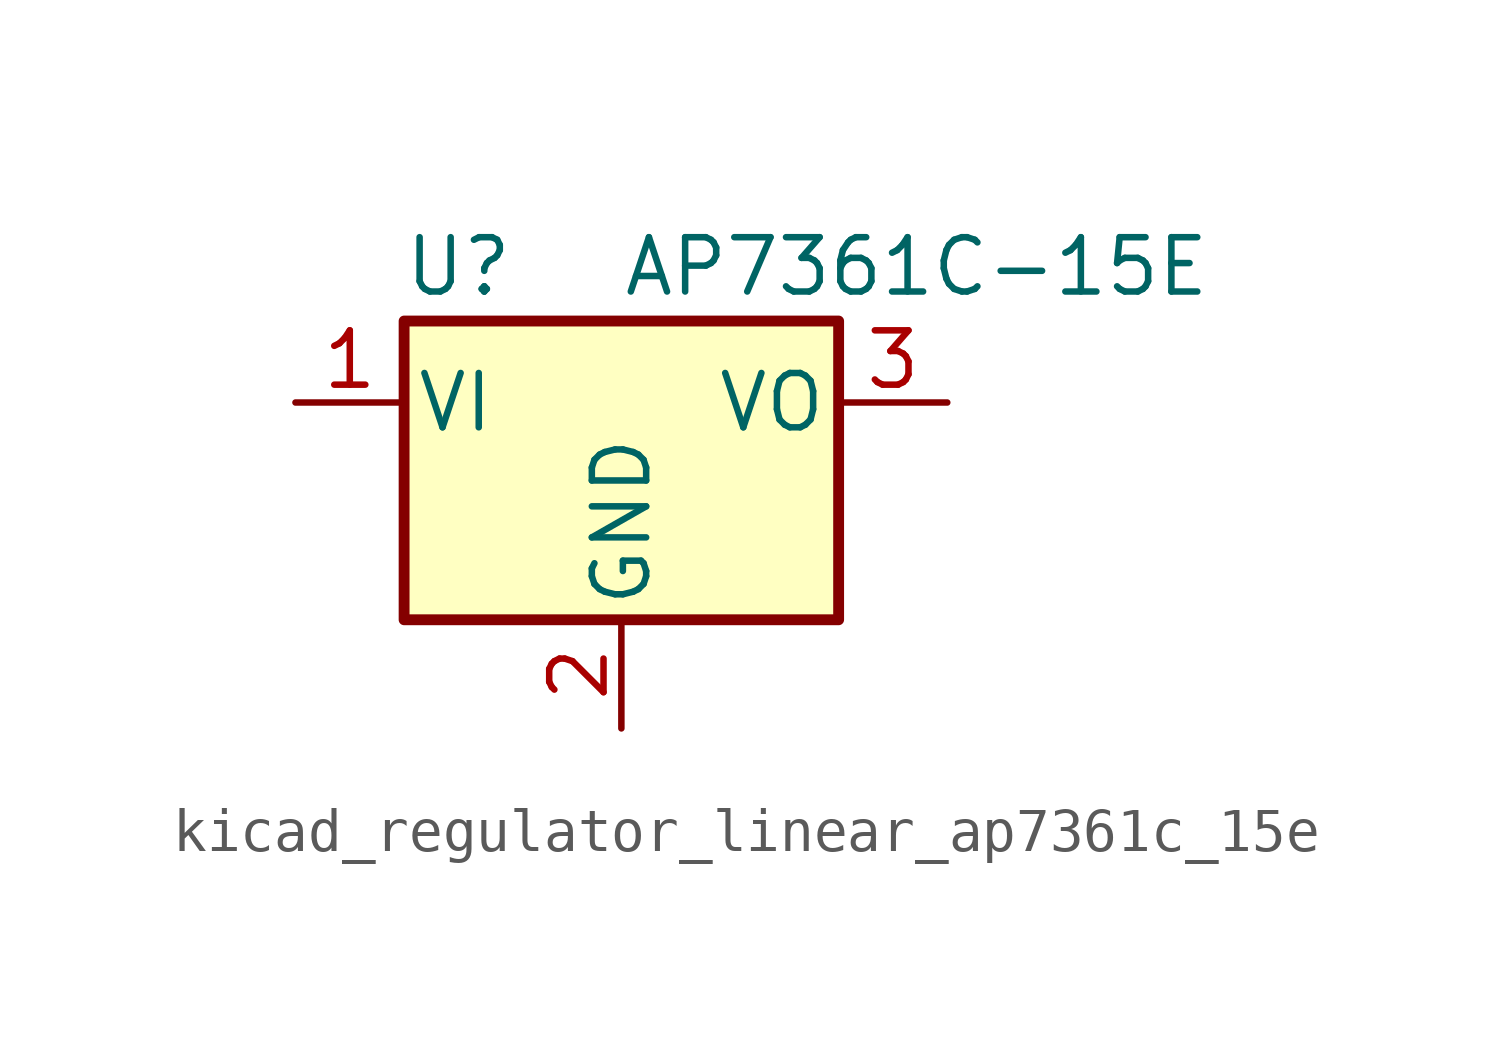
<source format=kicad_sym>
(kicad_symbol_lib
  (version 20220914)
  (generator kicad_symbol_editor)
  (symbol "kicad_regulator_linear_ap7361c_15e"
    (pin_names
      (offset 0.254))
    (property "Reference" "U"
      (at -3.81 3.175 0)
      (effects (font (size 1.27 1.27))))
    (property "Value" "AP7361C-15E"
      (at 0 3.175 0)
      (effects (font (size 1.27 1.27)) (justify left)))
    (symbol "kicad_regulator_linear_ap7361c_15e_0_1"
      (rectangle (start -5.08 -5.08) (end 5.08 1.905) (stroke (width 0.254) (type default)) (fill (type background))))
    (symbol "kicad_regulator_linear_ap7361c_15e_1_1"
      (pin power_in line (at -7.62 0 0) (length 2.54) (name "VI" (effects (font (size 1.27 1.27)))) (number "1" (effects (font (size 1.27 1.27)))))
      (pin power_in line (at 0 -7.62 90) (length 2.54) (name "GND" (effects (font (size 1.27 1.27)))) (number "2" (effects (font (size 1.27 1.27)))))
      (pin power_out line (at 7.62 0 180) (length 2.54) (name "VO" (effects (font (size 1.27 1.27)))) (number "3" (effects (font (size 1.27 1.27))))))))
</source>
